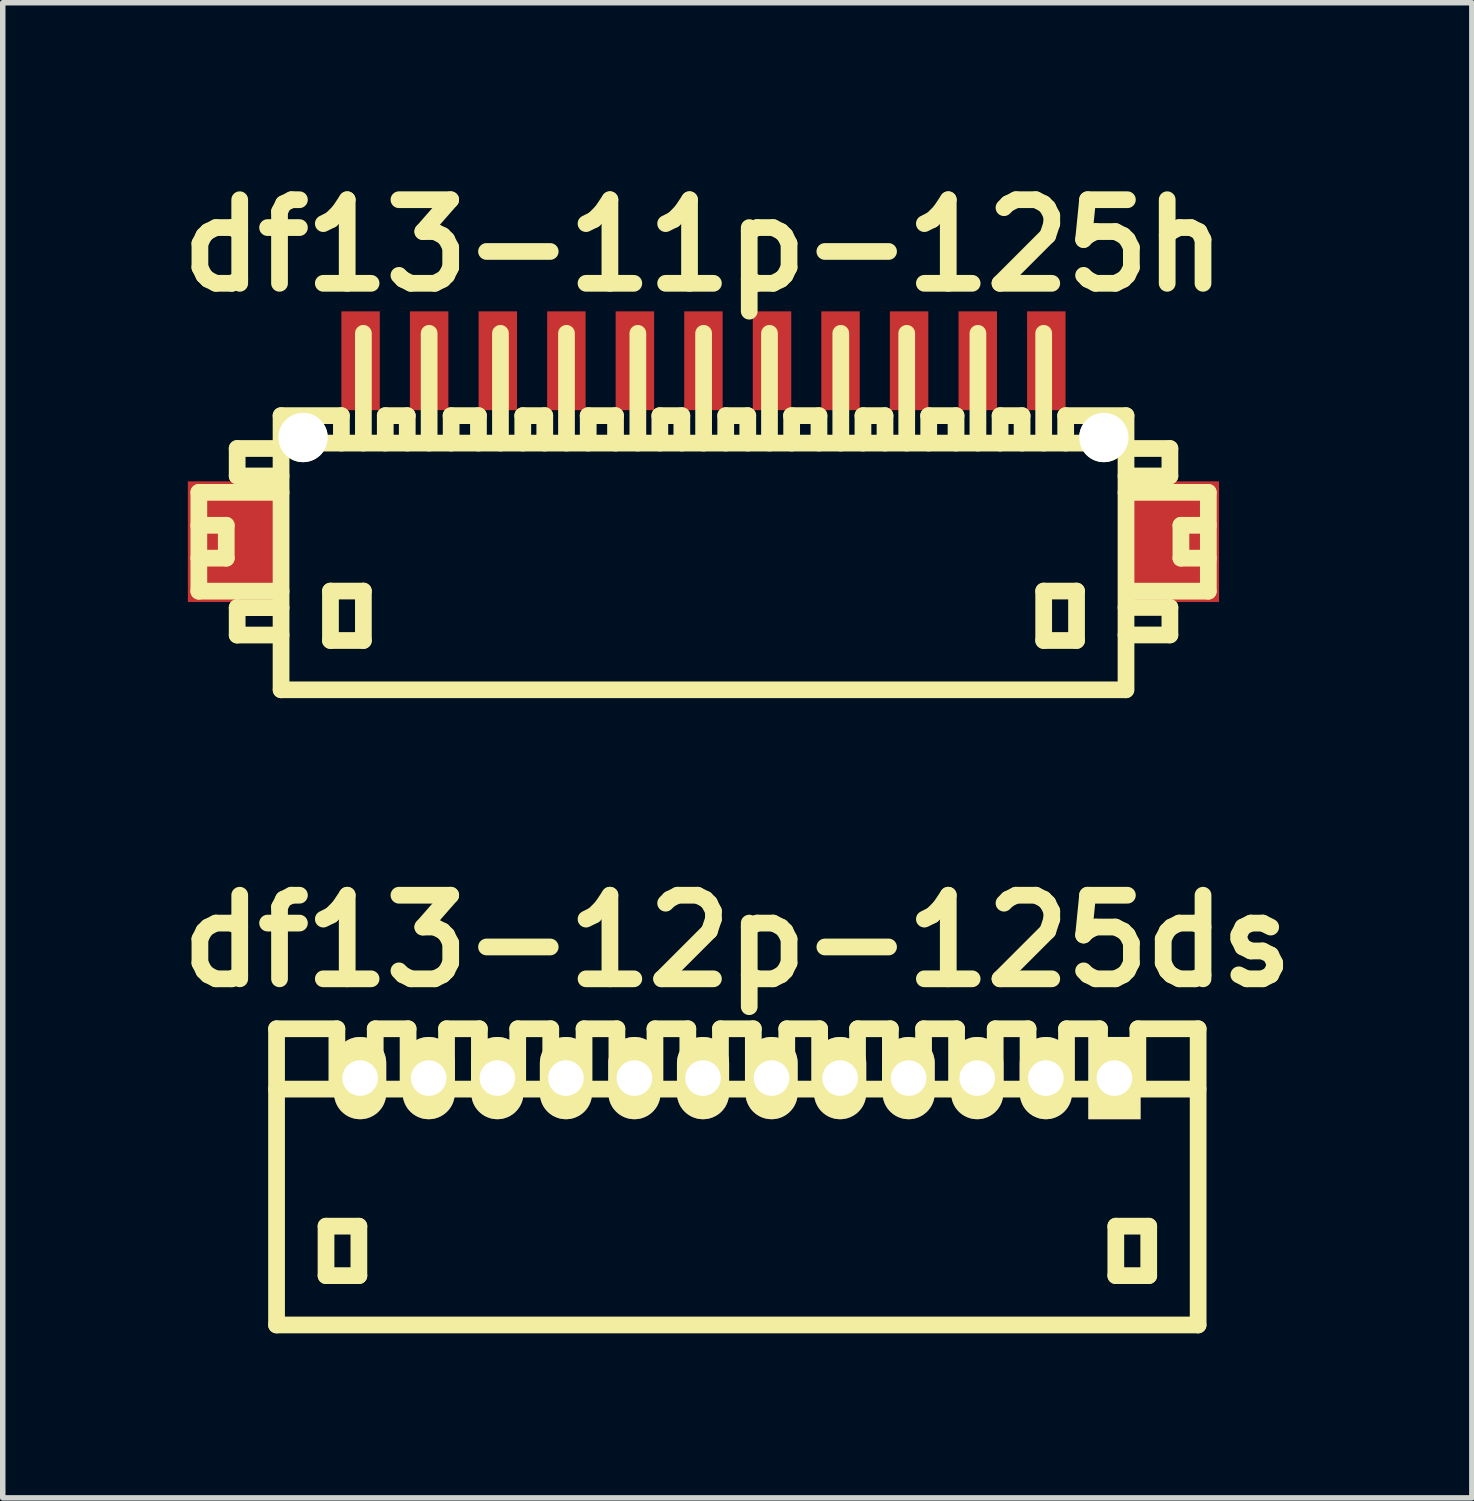
<source format=kicad_pcb>
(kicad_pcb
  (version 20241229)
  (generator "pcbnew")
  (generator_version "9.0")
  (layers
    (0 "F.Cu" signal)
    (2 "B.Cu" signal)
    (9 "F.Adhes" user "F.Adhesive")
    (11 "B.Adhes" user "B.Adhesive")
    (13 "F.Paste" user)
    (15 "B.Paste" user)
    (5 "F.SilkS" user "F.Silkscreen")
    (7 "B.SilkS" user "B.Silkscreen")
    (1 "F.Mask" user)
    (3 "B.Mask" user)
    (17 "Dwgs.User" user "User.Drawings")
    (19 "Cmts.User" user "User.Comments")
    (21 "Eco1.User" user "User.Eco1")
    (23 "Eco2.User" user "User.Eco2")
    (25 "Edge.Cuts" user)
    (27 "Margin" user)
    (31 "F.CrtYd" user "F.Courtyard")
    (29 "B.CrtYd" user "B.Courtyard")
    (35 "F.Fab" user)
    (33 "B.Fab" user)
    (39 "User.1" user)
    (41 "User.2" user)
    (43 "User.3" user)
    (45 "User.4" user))
  (footprint "df13-11p-125h"
    (layer "F.Cu")
    (at 9.775 7.027)
    (property "Reference" "df13-11p-125h" (at 0 -5.601 0) (layer "F.SilkS") (effects (font (size 1.524 1.524) (thickness 0.305))))
    (attr through_hole)
    (fp_line (start -9.2 -1.1) (end -9.2 0.701) (stroke (width 0.305) (type solid)) (layer "F.SilkS"))
    (fp_line (start -9.2 0.701) (end -7.701 0.701) (stroke (width 0.305) (type solid)) (layer "F.SilkS"))
    (fp_line (start -8.7 -0.5) (end -9.2 -0.5) (stroke (width 0.305) (type solid)) (layer "F.SilkS"))
    (fp_line (start -8.7 0.099) (end -9.2 0.099) (stroke (width 0.305) (type solid)) (layer "F.SilkS"))
    (fp_line (start -8.7 0.099) (end -8.7 -0.5) (stroke (width 0.305) (type solid)) (layer "F.SilkS"))
    (fp_line (start -8.501 -1.9) (end -8.501 -1.4) (stroke (width 0.305) (type solid)) (layer "F.SilkS"))
    (fp_line (start -8.501 -1.9) (end -7.701 -1.9) (stroke (width 0.305) (type solid)) (layer "F.SilkS"))
    (fp_line (start -8.501 1.001) (end -8.501 1.501) (stroke (width 0.305) (type solid)) (layer "F.SilkS"))
    (fp_line (start -8.501 1.501) (end -7.701 1.501) (stroke (width 0.305) (type solid)) (layer "F.SilkS"))
    (fp_line (start -7.701 -1.4) (end -8.501 -1.4) (stroke (width 0.305) (type solid)) (layer "F.SilkS"))
    (fp_line (start -7.701 -1.1) (end -9.2 -1.1) (stroke (width 0.305) (type solid)) (layer "F.SilkS"))
    (fp_line (start -7.701 1.001) (end -8.501 1.001) (stroke (width 0.305) (type solid)) (layer "F.SilkS"))
    (fp_line (start -7.701 2.499) (end -7.701 -2.499) (stroke (width 0.305) (type solid)) (layer "F.SilkS"))
    (fp_line (start -7.699 2.499) (end 7.699 2.499) (stroke (width 0.305) (type solid)) (layer "F.SilkS"))
    (fp_line (start -6.8 0.699) (end -6.8 1.6) (stroke (width 0.305) (type solid)) (layer "F.SilkS"))
    (fp_line (start -6.8 1.6) (end -6.2 1.6) (stroke (width 0.305) (type solid)) (layer "F.SilkS"))
    (fp_line (start -6.601 -2.499) (end -7.701 -2.499) (stroke (width 0.305) (type solid)) (layer "F.SilkS"))
    (fp_line (start -6.601 -2.499) (end -6.601 -1.999) (stroke (width 0.305) (type solid)) (layer "F.SilkS"))
    (fp_line (start -6.2 -4) (end -6.2 -1.999) (stroke (width 0.305) (type solid)) (layer "F.SilkS"))
    (fp_line (start -6.2 0.699) (end -6.8 0.699) (stroke (width 0.305) (type solid)) (layer "F.SilkS"))
    (fp_line (start -6.2 1.6) (end -6.2 0.699) (stroke (width 0.305) (type solid)) (layer "F.SilkS"))
    (fp_line (start -5.801 -2.499) (end -5.801 -1.999) (stroke (width 0.305) (type solid)) (layer "F.SilkS"))
    (fp_line (start -5.4 -2.499) (end -5.801 -2.499) (stroke (width 0.305) (type solid)) (layer "F.SilkS"))
    (fp_line (start -5.4 -2.499) (end -5.4 -1.999) (stroke (width 0.305) (type solid)) (layer "F.SilkS"))
    (fp_line (start -5.001 -1.999) (end -5.001 -4) (stroke (width 0.305) (type solid)) (layer "F.SilkS"))
    (fp_line (start -4.602 -2.499) (end -4.102 -2.499) (stroke (width 0.305) (type solid)) (layer "F.SilkS"))
    (fp_line (start -4.6 -1.999) (end -4.6 -2.499) (stroke (width 0.305) (type solid)) (layer "F.SilkS"))
    (fp_line (start -4.102 -2.499) (end -4.102 -1.999) (stroke (width 0.305) (type solid)) (layer "F.SilkS"))
    (fp_line (start -3.701 -1.999) (end -3.701 -4) (stroke (width 0.305) (type solid)) (layer "F.SilkS"))
    (fp_line (start -3.294 -2.499) (end -3.294 -1.999) (stroke (width 0.305) (type solid)) (layer "F.SilkS"))
    (fp_line (start -2.893 -2.499) (end -3.294 -2.499) (stroke (width 0.305) (type solid)) (layer "F.SilkS"))
    (fp_line (start -2.893 -2.499) (end -2.893 -1.999) (stroke (width 0.305) (type solid)) (layer "F.SilkS"))
    (fp_line (start -2.497 -1.999) (end -2.497 -4) (stroke (width 0.305) (type solid)) (layer "F.SilkS"))
    (fp_line (start -2.103 -2.499) (end -1.603 -2.499) (stroke (width 0.305) (type solid)) (layer "F.SilkS"))
    (fp_line (start -2.101 -1.999) (end -2.101 -2.499) (stroke (width 0.305) (type solid)) (layer "F.SilkS"))
    (fp_line (start -1.603 -2.499) (end -1.603 -1.999) (stroke (width 0.305) (type solid)) (layer "F.SilkS"))
    (fp_line (start -1.196 -1.999) (end -1.196 -4) (stroke (width 0.305) (type solid)) (layer "F.SilkS"))
    (fp_line (start -0.795 -2.499) (end -0.795 -1.999) (stroke (width 0.305) (type solid)) (layer "F.SilkS"))
    (fp_line (start -0.394 -2.499) (end -0.795 -2.499) (stroke (width 0.305) (type solid)) (layer "F.SilkS"))
    (fp_line (start -0.394 -2.499) (end -0.394 -1.999) (stroke (width 0.305) (type solid)) (layer "F.SilkS"))
    (fp_line (start 0.003 -1.999) (end 0.003 -4) (stroke (width 0.305) (type solid)) (layer "F.SilkS"))
    (fp_line (start 0.406 -2.499) (end 0.406 -1.999) (stroke (width 0.305) (type solid)) (layer "F.SilkS"))
    (fp_line (start 0.808 -2.499) (end 0.406 -2.499) (stroke (width 0.305) (type solid)) (layer "F.SilkS"))
    (fp_line (start 0.808 -2.499) (end 0.808 -1.999) (stroke (width 0.305) (type solid)) (layer "F.SilkS"))
    (fp_line (start 1.204 -1.999) (end 1.204 -4) (stroke (width 0.305) (type solid)) (layer "F.SilkS"))
    (fp_line (start 1.605 -2.499) (end 2.106 -2.499) (stroke (width 0.305) (type solid)) (layer "F.SilkS"))
    (fp_line (start 1.608 -1.999) (end 1.608 -2.499) (stroke (width 0.305) (type solid)) (layer "F.SilkS"))
    (fp_line (start 2.106 -2.499) (end 2.106 -1.999) (stroke (width 0.305) (type solid)) (layer "F.SilkS"))
    (fp_line (start 2.504 -1.999) (end 2.504 -4) (stroke (width 0.305) (type solid)) (layer "F.SilkS"))
    (fp_line (start 2.908 -2.499) (end 2.908 -1.999) (stroke (width 0.305) (type solid)) (layer "F.SilkS"))
    (fp_line (start 3.31 -2.499) (end 2.908 -2.499) (stroke (width 0.305) (type solid)) (layer "F.SilkS"))
    (fp_line (start 3.31 -2.499) (end 3.31 -1.999) (stroke (width 0.305) (type solid)) (layer "F.SilkS"))
    (fp_line (start 3.706 -1.999) (end 3.706 -4) (stroke (width 0.305) (type solid)) (layer "F.SilkS"))
    (fp_line (start 4.105 -2.499) (end 4.605 -2.499) (stroke (width 0.305) (type solid)) (layer "F.SilkS"))
    (fp_line (start 4.107 -1.999) (end 4.107 -2.499) (stroke (width 0.305) (type solid)) (layer "F.SilkS"))
    (fp_line (start 4.605 -2.499) (end 4.605 -1.999) (stroke (width 0.305) (type solid)) (layer "F.SilkS"))
    (fp_line (start 5.004 -1.999) (end 5.004 -4) (stroke (width 0.305) (type solid)) (layer "F.SilkS"))
    (fp_line (start 5.408 -2.499) (end 5.408 -1.999) (stroke (width 0.305) (type solid)) (layer "F.SilkS"))
    (fp_line (start 5.809 -2.499) (end 5.408 -2.499) (stroke (width 0.305) (type solid)) (layer "F.SilkS"))
    (fp_line (start 5.809 -2.499) (end 5.809 -1.999) (stroke (width 0.305) (type solid)) (layer "F.SilkS"))
    (fp_line (start 6.203 -1.999) (end 6.203 -4) (stroke (width 0.305) (type solid)) (layer "F.SilkS"))
    (fp_line (start 6.203 0.699) (end 6.802 0.699) (stroke (width 0.305) (type solid)) (layer "F.SilkS"))
    (fp_line (start 6.203 1.6) (end 6.203 0.699) (stroke (width 0.305) (type solid)) (layer "F.SilkS"))
    (fp_line (start 6.604 -2.499) (end 6.604 -1.999) (stroke (width 0.305) (type solid)) (layer "F.SilkS"))
    (fp_line (start 6.802 0.699) (end 6.802 1.6) (stroke (width 0.305) (type solid)) (layer "F.SilkS"))
    (fp_line (start 6.802 1.6) (end 6.203 1.6) (stroke (width 0.305) (type solid)) (layer "F.SilkS"))
    (fp_line (start 7.699 -1.999) (end -7.699 -1.999) (stroke (width 0.305) (type solid)) (layer "F.SilkS"))
    (fp_line (start 7.704 -2.499) (end 6.604 -2.499) (stroke (width 0.305) (type solid)) (layer "F.SilkS"))
    (fp_line (start 7.704 -2.499) (end 7.704 2.499) (stroke (width 0.305) (type solid)) (layer "F.SilkS"))
    (fp_line (start 7.704 -1.9) (end 8.504 -1.9) (stroke (width 0.305) (type solid)) (layer "F.SilkS"))
    (fp_line (start 7.704 0.998) (end 8.504 0.998) (stroke (width 0.305) (type solid)) (layer "F.SilkS"))
    (fp_line (start 8.504 -1.9) (end 8.504 -1.4) (stroke (width 0.305) (type solid)) (layer "F.SilkS"))
    (fp_line (start 8.504 -1.4) (end 7.704 -1.4) (stroke (width 0.305) (type solid)) (layer "F.SilkS"))
    (fp_line (start 8.504 0.998) (end 8.504 1.499) (stroke (width 0.305) (type solid)) (layer "F.SilkS"))
    (fp_line (start 8.504 1.499) (end 7.704 1.499) (stroke (width 0.305) (type solid)) (layer "F.SilkS"))
    (fp_line (start 8.705 0.099) (end 8.705 -0.5) (stroke (width 0.305) (type solid)) (layer "F.SilkS"))
    (fp_line (start 9.202 -1.1) (end 7.704 -1.1) (stroke (width 0.305) (type solid)) (layer "F.SilkS"))
    (fp_line (start 9.202 0.701) (end 7.803 0.701) (stroke (width 0.305) (type solid)) (layer "F.SilkS"))
    (fp_line (start 9.205 -1.1) (end 9.205 0.701) (stroke (width 0.305) (type solid)) (layer "F.SilkS"))
    (fp_line (start 9.205 -0.5) (end 8.705 -0.5) (stroke (width 0.305) (type solid)) (layer "F.SilkS"))
    (fp_line (start 9.205 0.099) (end 8.705 0.099) (stroke (width 0.305) (type solid)) (layer "F.SilkS"))
    (pad "" smd rect (at -8.6 -0.201) (size 1.6 2.2) (layers "F.Cu" "F.Mask" "F.Paste"))
    (pad "" np_thru_hole circle (at -7.3 -2.101) (size 0.899 0.899) (drill 0.899) (layers "*.Cu" "*.Mask" "F.SilkS"))
    (pad "" np_thru_hole circle (at 7.3 -2.101) (size 0.899 0.899) (drill 0.899) (layers "*.Cu" "*.Mask" "F.SilkS"))
    (pad "" smd rect (at 8.6 -0.201) (size 1.6 2.2) (layers "F.Cu" "F.Mask" "F.Paste"))
    (pad "1" smd rect (at 6.251 -3.5) (size 0.701 1.801) (layers "F.Cu" "F.Mask" "F.Paste"))
    (pad "2" smd rect (at 5.001 -3.5) (size 0.701 1.801) (layers "F.Cu" "F.Mask" "F.Paste"))
    (pad "3" smd rect (at 3.749 -3.5) (size 0.701 1.801) (layers "F.Cu" "F.Mask" "F.Paste"))
    (pad "4" smd rect (at 2.499 -3.5) (size 0.701 1.801) (layers "F.Cu" "F.Mask" "F.Paste"))
    (pad "5" smd rect (at 1.25 -3.5) (size 0.701 1.801) (layers "F.Cu" "F.Mask" "F.Paste"))
    (pad "6" smd rect (at 0 -3.5) (size 0.701 1.801) (layers "F.Cu" "F.Mask" "F.Paste"))
    (pad "7" smd rect (at -1.25 -3.5) (size 0.701 1.801) (layers "F.Cu" "F.Mask" "F.Paste"))
    (pad "8" smd rect (at -2.499 -3.5) (size 0.701 1.801) (layers "F.Cu" "F.Mask" "F.Paste"))
    (pad "9" smd rect (at -3.749 -3.5) (size 0.701 1.801) (layers "F.Cu" "F.Mask" "F.Paste"))
    (pad "10" smd rect (at -5.001 -3.5) (size 0.701 1.801) (layers "F.Cu" "F.Mask" "F.Paste"))
    (pad "11" smd rect (at -6.251 -3.5) (size 0.701 1.801) (layers "F.Cu" "F.Mask" "F.Paste")))
  (footprint "df13-12p-125ds"
    (layer "F.Cu")
    (at 10.392 18.406)
    (property "Reference" "df13-12p-125ds" (at 0 -4.3 0) (layer "F.SilkS") (effects (font (size 1.524 1.524) (thickness 0.305))))
    (attr through_hole)
    (fp_line (start -8.4 -1.6) (end 8.4 -1.6) (stroke (width 0.305) (type solid)) (layer "F.SilkS"))
    (fp_line (start -8.4 2.7) (end -8.4 -2.7) (stroke (width 0.305) (type solid)) (layer "F.SilkS"))
    (fp_line (start -7.498 0.899) (end -7.498 1.801) (stroke (width 0.305) (type solid)) (layer "F.SilkS"))
    (fp_line (start -7.498 1.801) (end -6.899 1.801) (stroke (width 0.305) (type solid)) (layer "F.SilkS"))
    (fp_line (start -7.3 -2.7) (end -8.4 -2.7) (stroke (width 0.305) (type solid)) (layer "F.SilkS"))
    (fp_line (start -7.3 -1.6) (end -7.3 -2.7) (stroke (width 0.305) (type solid)) (layer "F.SilkS"))
    (fp_line (start -6.899 0.899) (end -7.498 0.899) (stroke (width 0.305) (type solid)) (layer "F.SilkS"))
    (fp_line (start -6.899 1.801) (end -6.899 0.899) (stroke (width 0.305) (type solid)) (layer "F.SilkS"))
    (fp_line (start -6.601 -2.7) (end -6.601 -1.6) (stroke (width 0.305) (type solid)) (layer "F.SilkS"))
    (fp_line (start -6.002 -2.7) (end -6.601 -2.7) (stroke (width 0.305) (type solid)) (layer "F.SilkS"))
    (fp_line (start -6.002 -1.6) (end -6.002 -2.7) (stroke (width 0.305) (type solid)) (layer "F.SilkS"))
    (fp_line (start -5.301 -2.7) (end -5.301 -1.6) (stroke (width 0.305) (type solid)) (layer "F.SilkS"))
    (fp_line (start -4.702 -2.7) (end -5.301 -2.7) (stroke (width 0.305) (type solid)) (layer "F.SilkS"))
    (fp_line (start -4.702 -1.6) (end -4.702 -2.7) (stroke (width 0.305) (type solid)) (layer "F.SilkS"))
    (fp_line (start -4.003 -2.7) (end -4.003 -1.6) (stroke (width 0.305) (type solid)) (layer "F.SilkS"))
    (fp_line (start -3.401 -2.7) (end -4.003 -2.7) (stroke (width 0.305) (type solid)) (layer "F.SilkS"))
    (fp_line (start -3.401 -2.7) (end -3.401 -1.6) (stroke (width 0.305) (type solid)) (layer "F.SilkS"))
    (fp_line (start -2.794 -2.7) (end -2.794 -1.6) (stroke (width 0.305) (type solid)) (layer "F.SilkS"))
    (fp_line (start -2.195 -2.7) (end -2.794 -2.7) (stroke (width 0.305) (type solid)) (layer "F.SilkS"))
    (fp_line (start -2.195 -2.7) (end -2.195 -1.6) (stroke (width 0.305) (type solid)) (layer "F.SilkS"))
    (fp_line (start -1.501 -2.7) (end -1.501 -1.6) (stroke (width 0.305) (type solid)) (layer "F.SilkS"))
    (fp_line (start -0.902 -2.7) (end -1.501 -2.7) (stroke (width 0.305) (type solid)) (layer "F.SilkS"))
    (fp_line (start -0.902 -1.6) (end -0.902 -2.7) (stroke (width 0.305) (type solid)) (layer "F.SilkS"))
    (fp_line (start -0.307 -1.6) (end -0.307 -2.7) (stroke (width 0.305) (type solid)) (layer "F.SilkS"))
    (fp_line (start 0.292 -2.7) (end -0.307 -2.7) (stroke (width 0.305) (type solid)) (layer "F.SilkS"))
    (fp_line (start 0.292 -1.6) (end 0.292 -2.7) (stroke (width 0.305) (type solid)) (layer "F.SilkS"))
    (fp_line (start 0.902 -2.7) (end 1.501 -2.7) (stroke (width 0.305) (type solid)) (layer "F.SilkS"))
    (fp_line (start 0.902 -1.6) (end 0.902 -2.7) (stroke (width 0.305) (type solid)) (layer "F.SilkS"))
    (fp_line (start 1.501 -2.7) (end 1.501 -1.6) (stroke (width 0.305) (type solid)) (layer "F.SilkS"))
    (fp_line (start 2.192 -2.7) (end 2.791 -2.7) (stroke (width 0.305) (type solid)) (layer "F.SilkS"))
    (fp_line (start 2.192 -1.6) (end 2.192 -2.7) (stroke (width 0.305) (type solid)) (layer "F.SilkS"))
    (fp_line (start 2.791 -2.7) (end 2.791 -1.6) (stroke (width 0.305) (type solid)) (layer "F.SilkS"))
    (fp_line (start 3.396 -2.7) (end 3.998 -2.7) (stroke (width 0.305) (type solid)) (layer "F.SilkS"))
    (fp_line (start 3.396 -1.6) (end 3.396 -2.7) (stroke (width 0.305) (type solid)) (layer "F.SilkS"))
    (fp_line (start 3.998 -2.7) (end 3.998 -1.6) (stroke (width 0.305) (type solid)) (layer "F.SilkS"))
    (fp_line (start 4.702 -2.7) (end 5.301 -2.7) (stroke (width 0.305) (type solid)) (layer "F.SilkS"))
    (fp_line (start 4.702 -1.6) (end 4.702 -2.7) (stroke (width 0.305) (type solid)) (layer "F.SilkS"))
    (fp_line (start 5.301 -2.7) (end 5.301 -1.6) (stroke (width 0.305) (type solid)) (layer "F.SilkS"))
    (fp_line (start 6.002 -2.7) (end 6.604 -2.7) (stroke (width 0.305) (type solid)) (layer "F.SilkS"))
    (fp_line (start 6.002 -1.6) (end 6.002 -2.7) (stroke (width 0.305) (type solid)) (layer "F.SilkS"))
    (fp_line (start 6.604 -2.7) (end 6.604 -1.6) (stroke (width 0.305) (type solid)) (layer "F.SilkS"))
    (fp_line (start 6.901 0.899) (end 7.501 0.899) (stroke (width 0.305) (type solid)) (layer "F.SilkS"))
    (fp_line (start 6.901 1.801) (end 6.901 0.899) (stroke (width 0.305) (type solid)) (layer "F.SilkS"))
    (fp_line (start 7.303 -1.6) (end 7.303 -2.7) (stroke (width 0.305) (type solid)) (layer "F.SilkS"))
    (fp_line (start 7.501 0.899) (end 7.501 1.801) (stroke (width 0.305) (type solid)) (layer "F.SilkS"))
    (fp_line (start 7.501 1.801) (end 6.901 1.801) (stroke (width 0.305) (type solid)) (layer "F.SilkS"))
    (fp_line (start 8.4 2.7) (end -8.4 2.7) (stroke (width 0.305) (type solid)) (layer "F.SilkS"))
    (fp_line (start 8.402 -2.7) (end 7.303 -2.7) (stroke (width 0.305) (type solid)) (layer "F.SilkS"))
    (fp_line (start 8.402 2.7) (end 8.402 -2.7) (stroke (width 0.305) (type solid)) (layer "F.SilkS"))
    (pad "1" thru_hole rect (at 6.876 -1.801) (size 0.95 1.499) (drill 0.648) (layers "*.Cu" "*.Mask" "F.SilkS"))
    (pad "2" thru_hole oval (at 5.626 -1.801) (size 0.95 1.499) (drill 0.648) (layers "*.Cu" "*.Mask" "F.SilkS"))
    (pad "3" thru_hole oval (at 4.374 -1.801) (size 0.95 1.499) (drill 0.648) (layers "*.Cu" "*.Mask" "F.SilkS"))
    (pad "4" thru_hole oval (at 3.124 -1.801) (size 0.95 1.499) (drill 0.648) (layers "*.Cu" "*.Mask" "F.SilkS"))
    (pad "5" thru_hole oval (at 1.875 -1.801) (size 0.95 1.499) (drill 0.648) (layers "*.Cu" "*.Mask" "F.SilkS"))
    (pad "6" thru_hole oval (at 0.625 -1.801) (size 0.95 1.499) (drill 0.648) (layers "*.Cu" "*.Mask" "F.SilkS"))
    (pad "7" thru_hole oval (at -0.625 -1.801) (size 0.95 1.499) (drill 0.648) (layers "*.Cu" "*.Mask" "F.SilkS"))
    (pad "8" thru_hole oval (at -1.875 -1.801) (size 0.95 1.499) (drill 0.648) (layers "*.Cu" "*.Mask" "F.SilkS"))
    (pad "9" thru_hole oval (at -3.124 -1.801) (size 0.95 1.499) (drill 0.648) (layers "*.Cu" "*.Mask" "F.SilkS"))
    (pad "10" thru_hole oval (at -4.374 -1.801) (size 0.95 1.499) (drill 0.648) (layers "*.Cu" "*.Mask" "F.SilkS"))
    (pad "11" thru_hole oval (at -5.626 -1.801) (size 0.95 1.499) (drill 0.648) (layers "*.Cu" "*.Mask" "F.SilkS"))
    (pad "12" thru_hole oval (at -6.876 -1.801) (size 0.95 1.499) (drill 0.648) (layers "*.Cu" "*.Mask" "F.SilkS")))
  (gr_rect
    (start -3 -3)
    (end 23.784 24.258)
    (stroke (width 0.1) (type default))
    (fill no)
    (layer "Edge.Cuts")))
</source>
